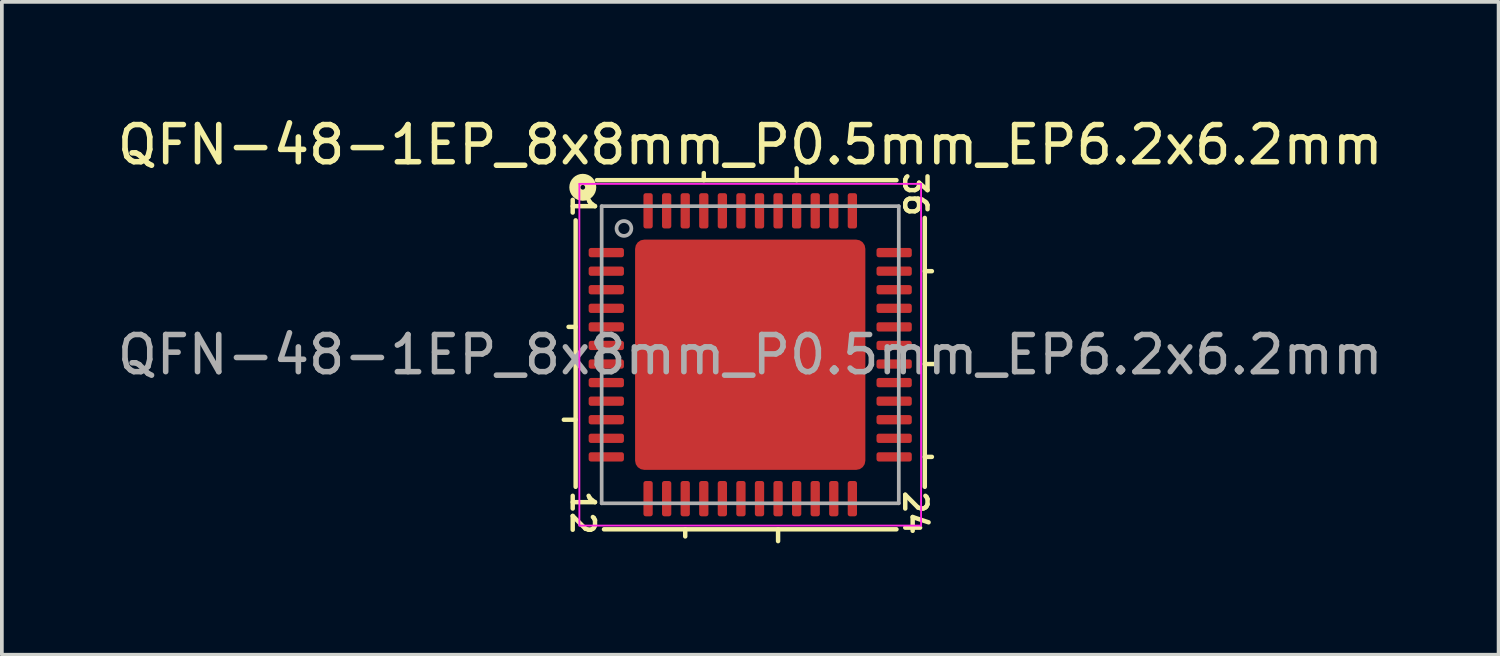
<source format=kicad_pcb>
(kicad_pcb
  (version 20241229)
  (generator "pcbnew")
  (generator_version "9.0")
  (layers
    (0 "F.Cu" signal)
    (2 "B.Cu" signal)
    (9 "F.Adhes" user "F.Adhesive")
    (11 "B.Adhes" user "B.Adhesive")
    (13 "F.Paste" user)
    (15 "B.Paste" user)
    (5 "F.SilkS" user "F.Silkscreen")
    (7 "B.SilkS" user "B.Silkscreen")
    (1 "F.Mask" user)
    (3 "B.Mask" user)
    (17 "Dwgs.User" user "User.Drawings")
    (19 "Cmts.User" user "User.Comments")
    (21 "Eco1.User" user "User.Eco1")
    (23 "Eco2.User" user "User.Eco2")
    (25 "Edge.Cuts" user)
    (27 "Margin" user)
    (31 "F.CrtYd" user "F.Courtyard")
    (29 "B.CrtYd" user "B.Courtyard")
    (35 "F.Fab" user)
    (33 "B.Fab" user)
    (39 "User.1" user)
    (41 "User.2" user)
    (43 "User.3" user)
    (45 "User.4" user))
  (footprint "QFN-48-1EP_8x8mm_P0.5mm_EP6.2x6.2mm"
    (layer "F.Cu")
    (at 17.149 6.501)
    (property "Reference" "QFN-48-1EP_8x8mm_P0.5mm_EP6.2x6.2mm" (at 0 -5.652 0) (layer "F.SilkS") (effects (font (size 1 1) (thickness 0.15))))
    (attr smd)
    (fp_line (start -4.7 -3.619) (end -4.7 3.556) (stroke (width 0.12) (type solid)) (layer "F.SilkS"))
    (fp_line (start -4.7 -0.75) (end -4.891 -0.75) (stroke (width 0.12) (type solid)) (layer "F.SilkS"))
    (fp_line (start -4.7 1.75) (end -5.018 1.75) (stroke (width 0.12) (type solid)) (layer "F.SilkS"))
    (fp_line (start -3.937 4.7) (end 3.937 4.7) (stroke (width 0.12) (type solid)) (layer "F.SilkS"))
    (fp_line (start -1.75 4.7) (end -1.75 4.891) (stroke (width 0.12) (type solid)) (layer "F.SilkS"))
    (fp_line (start -1.25 -4.7) (end -1.25 -4.891) (stroke (width 0.12) (type solid)) (layer "F.SilkS"))
    (fp_line (start 0.75 4.7) (end 0.75 5.018) (stroke (width 0.12) (type solid)) (layer "F.SilkS"))
    (fp_line (start 1.25 -4.7) (end 1.25 -5.018) (stroke (width 0.12) (type solid)) (layer "F.SilkS"))
    (fp_line (start 3.937 -4.7) (end -4.128 -4.7) (stroke (width 0.12) (type solid)) (layer "F.SilkS"))
    (fp_line (start 4.7 -2.25) (end 4.891 -2.25) (stroke (width 0.12) (type solid)) (layer "F.SilkS"))
    (fp_line (start 4.7 0.25) (end 5.018 0.25) (stroke (width 0.12) (type solid)) (layer "F.SilkS"))
    (fp_line (start 4.7 2.75) (end 4.891 2.75) (stroke (width 0.12) (type solid)) (layer "F.SilkS"))
    (fp_line (start 4.7 3.556) (end 4.7 -3.683) (stroke (width 0.12) (type solid)) (layer "F.SilkS"))
    (fp_circle (center -4.508 -4.508) (end -4.445 -4.508) (stroke (width 0.3) (type solid)) (fill no) (layer "F.SilkS"))
    (fp_line (start -4.6 -4.6) (end -4.6 4.6) (stroke (width 0.05) (type solid)) (layer "F.CrtYd"))
    (fp_line (start -4.6 4.6) (end 4.6 4.6) (stroke (width 0.05) (type solid)) (layer "F.CrtYd"))
    (fp_line (start 4.6 -4.6) (end -4.6 -4.6) (stroke (width 0.05) (type solid)) (layer "F.CrtYd"))
    (fp_line (start 4.6 4.6) (end 4.6 -4.6) (stroke (width 0.05) (type solid)) (layer "F.CrtYd"))
    (fp_line (start -4 -4) (end 4 -4) (stroke (width 0.1) (type solid)) (layer "F.Fab"))
    (fp_line (start -4 4) (end -4 -4) (stroke (width 0.1) (type solid)) (layer "F.Fab"))
    (fp_line (start 4 -4) (end 4 4) (stroke (width 0.1) (type solid)) (layer "F.Fab"))
    (fp_line (start 4 4) (end -4 4) (stroke (width 0.1) (type solid)) (layer "F.Fab"))
    (fp_circle (center -3.4 -3.4) (end -3.2 -3.4) (stroke (width 0.1) (type solid)) (fill no) (layer "F.Fab"))
    (fp_text user "1" (at -4.508 -4 270) (unlocked yes) (layer "F.SilkS") (effects (font (size 0.6 0.6) (thickness 0.12))))
    (fp_text user "24" (at 4.445 4.255 270) (unlocked yes) (layer "F.SilkS") (effects (font (size 0.6 0.6) (thickness 0.12))))
    (fp_text user "12" (at -4.508 4.255 270) (unlocked yes) (layer "F.SilkS") (effects (font (size 0.6 0.6) (thickness 0.12))))
    (fp_text user "36" (at 4.445 -4.318 270) (unlocked yes) (layer "F.SilkS") (effects (font (size 0.6 0.6) (thickness 0.12))))
    (fp_text user "${REFERENCE}" (at 0 0 0) (layer "F.Fab") (effects (font (size 1 1) (thickness 0.15))))
    (pad "" smd roundrect (at -2.48 -2.48) (size 1 1) (layers "F.Paste") (roundrect_rratio 0.25))
    (pad "" smd roundrect (at -2.48 -1.24) (size 1 1) (layers "F.Paste") (roundrect_rratio 0.25))
    (pad "" smd roundrect (at -2.48 0) (size 1 1) (layers "F.Paste") (roundrect_rratio 0.25))
    (pad "" smd roundrect (at -2.48 1.24) (size 1 1) (layers "F.Paste") (roundrect_rratio 0.25))
    (pad "" smd roundrect (at -2.48 2.48) (size 1 1) (layers "F.Paste") (roundrect_rratio 0.25))
    (pad "" smd roundrect (at -1.24 -2.48) (size 1 1) (layers "F.Paste") (roundrect_rratio 0.25))
    (pad "" smd roundrect (at -1.24 -1.24) (size 1 1) (layers "F.Paste") (roundrect_rratio 0.25))
    (pad "" smd roundrect (at -1.24 0) (size 1 1) (layers "F.Paste") (roundrect_rratio 0.25))
    (pad "" smd roundrect (at -1.24 1.24) (size 1 1) (layers "F.Paste") (roundrect_rratio 0.25))
    (pad "" smd roundrect (at -1.24 2.48) (size 1 1) (layers "F.Paste") (roundrect_rratio 0.25))
    (pad "" smd roundrect (at 0 -2.48) (size 1 1) (layers "F.Paste") (roundrect_rratio 0.25))
    (pad "" smd roundrect (at 0 -1.24) (size 1 1) (layers "F.Paste") (roundrect_rratio 0.25))
    (pad "" smd roundrect (at 0 0) (size 1 1) (layers "F.Paste") (roundrect_rratio 0.25))
    (pad "" smd roundrect (at 0 1.24) (size 1 1) (layers "F.Paste") (roundrect_rratio 0.25))
    (pad "" smd roundrect (at 0 2.48) (size 1 1) (layers "F.Paste") (roundrect_rratio 0.25))
    (pad "" smd roundrect (at 1.24 -2.48) (size 1 1) (layers "F.Paste") (roundrect_rratio 0.25))
    (pad "" smd roundrect (at 1.24 -1.24) (size 1 1) (layers "F.Paste") (roundrect_rratio 0.25))
    (pad "" smd roundrect (at 1.24 0) (size 1 1) (layers "F.Paste") (roundrect_rratio 0.25))
    (pad "" smd roundrect (at 1.24 1.24) (size 1 1) (layers "F.Paste") (roundrect_rratio 0.25))
    (pad "" smd roundrect (at 1.24 2.48) (size 1 1) (layers "F.Paste") (roundrect_rratio 0.25))
    (pad "" smd roundrect (at 2.48 -2.48) (size 1 1) (layers "F.Paste") (roundrect_rratio 0.25))
    (pad "" smd roundrect (at 2.48 -1.24) (size 1 1) (layers "F.Paste") (roundrect_rratio 0.25))
    (pad "" smd roundrect (at 2.48 0) (size 1 1) (layers "F.Paste") (roundrect_rratio 0.25))
    (pad "" smd roundrect (at 2.48 1.24) (size 1 1) (layers "F.Paste") (roundrect_rratio 0.25))
    (pad "" smd roundrect (at 2.48 2.48) (size 1 1) (layers "F.Paste") (roundrect_rratio 0.25))
    (pad "1" smd roundrect (at -3.875 -2.75) (size 0.95 0.25) (layers "F.Cu" "F.Mask" "F.Paste") (roundrect_rratio 0.25))
    (pad "2" smd roundrect (at -3.875 -2.25) (size 0.95 0.25) (layers "F.Cu" "F.Mask" "F.Paste") (roundrect_rratio 0.25))
    (pad "3" smd roundrect (at -3.875 -1.75) (size 0.95 0.25) (layers "F.Cu" "F.Mask" "F.Paste") (roundrect_rratio 0.25))
    (pad "4" smd roundrect (at -3.875 -1.25) (size 0.95 0.25) (layers "F.Cu" "F.Mask" "F.Paste") (roundrect_rratio 0.25))
    (pad "5" smd roundrect (at -3.875 -0.75) (size 0.95 0.25) (layers "F.Cu" "F.Mask" "F.Paste") (roundrect_rratio 0.25))
    (pad "6" smd roundrect (at -3.875 -0.25) (size 0.95 0.25) (layers "F.Cu" "F.Mask" "F.Paste") (roundrect_rratio 0.25))
    (pad "7" smd roundrect (at -3.875 0.25) (size 0.95 0.25) (layers "F.Cu" "F.Mask" "F.Paste") (roundrect_rratio 0.25))
    (pad "8" smd roundrect (at -3.875 0.75) (size 0.95 0.25) (layers "F.Cu" "F.Mask" "F.Paste") (roundrect_rratio 0.25))
    (pad "9" smd roundrect (at -3.875 1.25) (size 0.95 0.25) (layers "F.Cu" "F.Mask" "F.Paste") (roundrect_rratio 0.25))
    (pad "10" smd roundrect (at -3.875 1.75) (size 0.95 0.25) (layers "F.Cu" "F.Mask" "F.Paste") (roundrect_rratio 0.25))
    (pad "11" smd roundrect (at -3.875 2.25) (size 0.95 0.25) (layers "F.Cu" "F.Mask" "F.Paste") (roundrect_rratio 0.25))
    (pad "12" smd roundrect (at -3.875 2.75) (size 0.95 0.25) (layers "F.Cu" "F.Mask" "F.Paste") (roundrect_rratio 0.25))
    (pad "13" smd roundrect (at -2.75 3.875) (size 0.25 0.95) (layers "F.Cu" "F.Mask" "F.Paste") (roundrect_rratio 0.25))
    (pad "14" smd roundrect (at -2.25 3.875) (size 0.25 0.95) (layers "F.Cu" "F.Mask" "F.Paste") (roundrect_rratio 0.25))
    (pad "15" smd roundrect (at -1.75 3.875) (size 0.25 0.95) (layers "F.Cu" "F.Mask" "F.Paste") (roundrect_rratio 0.25))
    (pad "16" smd roundrect (at -1.25 3.875) (size 0.25 0.95) (layers "F.Cu" "F.Mask" "F.Paste") (roundrect_rratio 0.25))
    (pad "17" smd roundrect (at -0.75 3.875) (size 0.25 0.95) (layers "F.Cu" "F.Mask" "F.Paste") (roundrect_rratio 0.25))
    (pad "18" smd roundrect (at -0.25 3.875) (size 0.25 0.95) (layers "F.Cu" "F.Mask" "F.Paste") (roundrect_rratio 0.25))
    (pad "19" smd roundrect (at 0.25 3.875) (size 0.25 0.95) (layers "F.Cu" "F.Mask" "F.Paste") (roundrect_rratio 0.25))
    (pad "20" smd roundrect (at 0.75 3.875) (size 0.25 0.95) (layers "F.Cu" "F.Mask" "F.Paste") (roundrect_rratio 0.25))
    (pad "21" smd roundrect (at 1.25 3.875) (size 0.25 0.95) (layers "F.Cu" "F.Mask" "F.Paste") (roundrect_rratio 0.25))
    (pad "22" smd roundrect (at 1.75 3.875) (size 0.25 0.95) (layers "F.Cu" "F.Mask" "F.Paste") (roundrect_rratio 0.25))
    (pad "23" smd roundrect (at 2.25 3.875) (size 0.25 0.95) (layers "F.Cu" "F.Mask" "F.Paste") (roundrect_rratio 0.25))
    (pad "24" smd roundrect (at 2.75 3.875) (size 0.25 0.95) (layers "F.Cu" "F.Mask" "F.Paste") (roundrect_rratio 0.25))
    (pad "25" smd roundrect (at 3.875 2.75) (size 0.95 0.25) (layers "F.Cu" "F.Mask" "F.Paste") (roundrect_rratio 0.25))
    (pad "26" smd roundrect (at 3.875 2.25) (size 0.95 0.25) (layers "F.Cu" "F.Mask" "F.Paste") (roundrect_rratio 0.25))
    (pad "27" smd roundrect (at 3.875 1.75) (size 0.95 0.25) (layers "F.Cu" "F.Mask" "F.Paste") (roundrect_rratio 0.25))
    (pad "28" smd roundrect (at 3.875 1.25) (size 0.95 0.25) (layers "F.Cu" "F.Mask" "F.Paste") (roundrect_rratio 0.25))
    (pad "29" smd roundrect (at 3.875 0.75) (size 0.95 0.25) (layers "F.Cu" "F.Mask" "F.Paste") (roundrect_rratio 0.25))
    (pad "30" smd roundrect (at 3.875 0.25) (size 0.95 0.25) (layers "F.Cu" "F.Mask" "F.Paste") (roundrect_rratio 0.25))
    (pad "31" smd roundrect (at 3.875 -0.25) (size 0.95 0.25) (layers "F.Cu" "F.Mask" "F.Paste") (roundrect_rratio 0.25))
    (pad "32" smd roundrect (at 3.875 -0.75) (size 0.95 0.25) (layers "F.Cu" "F.Mask" "F.Paste") (roundrect_rratio 0.25))
    (pad "33" smd roundrect (at 3.875 -1.25) (size 0.95 0.25) (layers "F.Cu" "F.Mask" "F.Paste") (roundrect_rratio 0.25))
    (pad "34" smd roundrect (at 3.875 -1.75) (size 0.95 0.25) (layers "F.Cu" "F.Mask" "F.Paste") (roundrect_rratio 0.25))
    (pad "35" smd roundrect (at 3.875 -2.25) (size 0.95 0.25) (layers "F.Cu" "F.Mask" "F.Paste") (roundrect_rratio 0.25))
    (pad "36" smd roundrect (at 3.875 -2.75) (size 0.95 0.25) (layers "F.Cu" "F.Mask" "F.Paste") (roundrect_rratio 0.25))
    (pad "37" smd roundrect (at 2.75 -3.875) (size 0.25 0.95) (layers "F.Cu" "F.Mask" "F.Paste") (roundrect_rratio 0.25))
    (pad "38" smd roundrect (at 2.25 -3.875) (size 0.25 0.95) (layers "F.Cu" "F.Mask" "F.Paste") (roundrect_rratio 0.25))
    (pad "39" smd roundrect (at 1.75 -3.875) (size 0.25 0.95) (layers "F.Cu" "F.Mask" "F.Paste") (roundrect_rratio 0.25))
    (pad "40" smd roundrect (at 1.25 -3.875) (size 0.25 0.95) (layers "F.Cu" "F.Mask" "F.Paste") (roundrect_rratio 0.25))
    (pad "41" smd roundrect (at 0.75 -3.875) (size 0.25 0.95) (layers "F.Cu" "F.Mask" "F.Paste") (roundrect_rratio 0.25))
    (pad "42" smd roundrect (at 0.25 -3.875) (size 0.25 0.95) (layers "F.Cu" "F.Mask" "F.Paste") (roundrect_rratio 0.25))
    (pad "43" smd roundrect (at -0.25 -3.875) (size 0.25 0.95) (layers "F.Cu" "F.Mask" "F.Paste") (roundrect_rratio 0.25))
    (pad "44" smd roundrect (at -0.75 -3.875) (size 0.25 0.95) (layers "F.Cu" "F.Mask" "F.Paste") (roundrect_rratio 0.25))
    (pad "45" smd roundrect (at -1.25 -3.875) (size 0.25 0.95) (layers "F.Cu" "F.Mask" "F.Paste") (roundrect_rratio 0.25))
    (pad "46" smd roundrect (at -1.75 -3.875) (size 0.25 0.95) (layers "F.Cu" "F.Mask" "F.Paste") (roundrect_rratio 0.25))
    (pad "47" smd roundrect (at -2.25 -3.875) (size 0.25 0.95) (layers "F.Cu" "F.Mask" "F.Paste") (roundrect_rratio 0.25))
    (pad "48" smd roundrect (at -2.75 -3.875) (size 0.25 0.95) (layers "F.Cu" "F.Mask" "F.Paste") (roundrect_rratio 0.25))
    (pad "49" smd roundrect (at 0 0) (size 6.2 6.2) (layers "F.Cu" "F.Mask") (roundrect_rratio 0.04)))
  (gr_rect
    (start -3 -3)
    (end 37.298 14.578)
    (stroke (width 0.1) (type default))
    (fill no)
    (layer "Edge.Cuts")))
</source>
